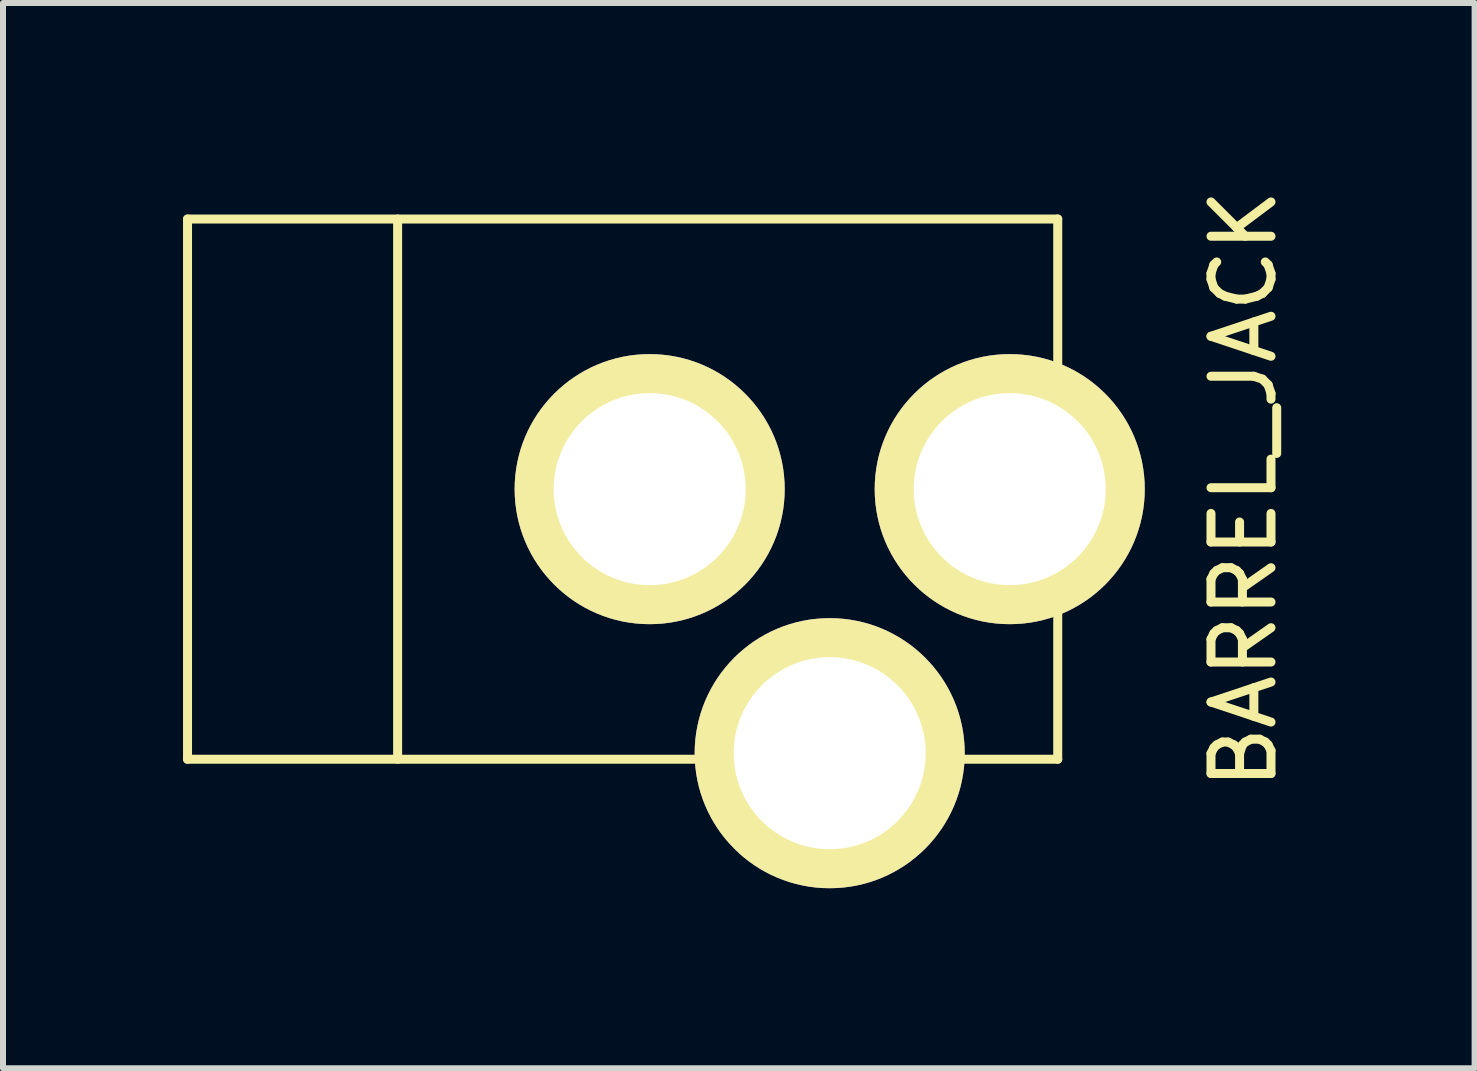
<source format=kicad_pcb>
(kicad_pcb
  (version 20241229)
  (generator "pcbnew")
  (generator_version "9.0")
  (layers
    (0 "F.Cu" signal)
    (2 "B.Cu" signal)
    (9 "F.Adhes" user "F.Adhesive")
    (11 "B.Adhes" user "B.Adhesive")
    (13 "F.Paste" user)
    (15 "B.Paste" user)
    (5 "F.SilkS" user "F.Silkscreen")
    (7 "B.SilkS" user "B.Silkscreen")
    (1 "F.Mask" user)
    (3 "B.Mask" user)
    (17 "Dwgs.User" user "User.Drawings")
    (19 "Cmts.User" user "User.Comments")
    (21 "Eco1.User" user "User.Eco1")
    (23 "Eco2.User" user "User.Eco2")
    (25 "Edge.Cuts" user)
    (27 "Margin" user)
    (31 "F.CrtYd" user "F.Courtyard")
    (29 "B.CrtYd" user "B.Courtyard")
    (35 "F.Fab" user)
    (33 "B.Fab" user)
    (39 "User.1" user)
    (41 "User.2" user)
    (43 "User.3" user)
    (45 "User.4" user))
  (footprint "BARREL_JACK"
    (layer "F.Cu")
    (at 7.576 5.101)
    (property "Reference" "BARREL_JACK" (at 10.099 0 90) (layer "F.SilkS") (effects (font (size 1 1) (thickness 0.15))))
    (attr through_hole)
    (fp_line (start -7.501 -4.501) (end -7.501 4.501) (stroke (width 0.15) (type solid)) (layer "F.SilkS"))
    (fp_line (start -7.501 4.501) (end 7 4.501) (stroke (width 0.15) (type solid)) (layer "F.SilkS"))
    (fp_line (start -4 -4.501) (end -4 4.501) (stroke (width 0.15) (type solid)) (layer "F.SilkS"))
    (fp_line (start 7 -4.501) (end -7.501 -4.501) (stroke (width 0.15) (type solid)) (layer "F.SilkS"))
    (fp_line (start 7 4.501) (end 7 -4.501) (stroke (width 0.15) (type solid)) (layer "F.SilkS"))
    (pad "1" thru_hole circle (at 6.2 0) (size 4.5 4.5) (drill 3.2) (layers "*.Cu" "*.Mask" "F.SilkS"))
    (pad "2" thru_hole circle (at 0.2 0) (size 4.5 4.5) (drill 3.2) (layers "*.Cu" "*.Mask" "F.SilkS"))
    (pad "3" thru_hole circle (at 3.2 4.4) (size 4.5 4.5) (drill 3.2) (layers "*.Cu" "*.Mask" "F.SilkS")))
  (gr_rect
    (start -3 -3)
    (end 21.523 14.751)
    (stroke (width 0.1) (type default))
    (fill no)
    (layer "Edge.Cuts")))
</source>
